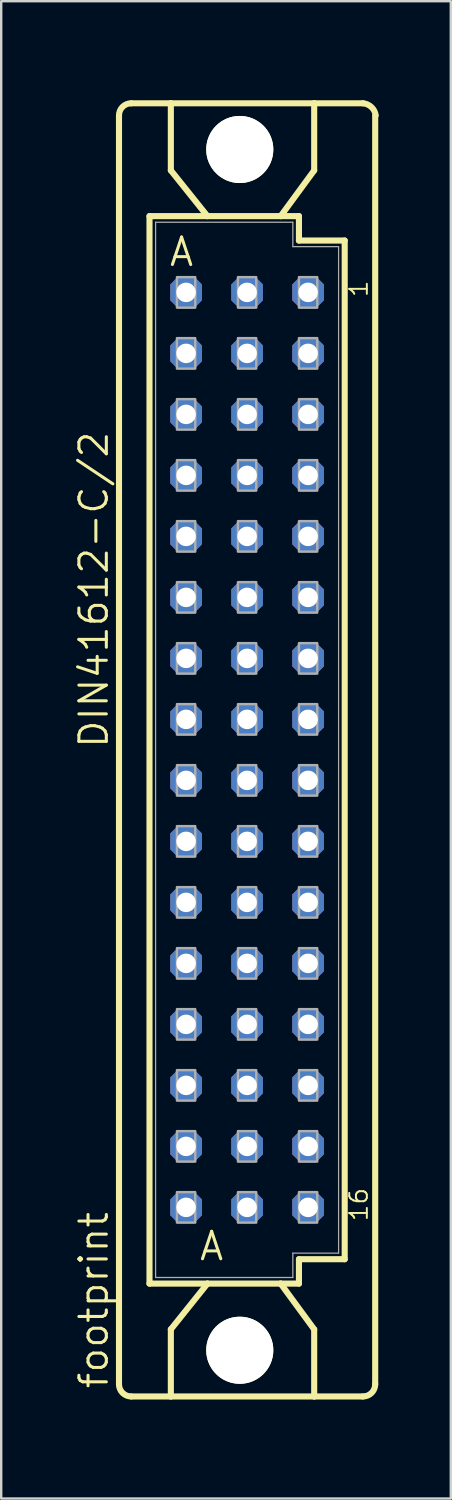
<source format=kicad_pcb>
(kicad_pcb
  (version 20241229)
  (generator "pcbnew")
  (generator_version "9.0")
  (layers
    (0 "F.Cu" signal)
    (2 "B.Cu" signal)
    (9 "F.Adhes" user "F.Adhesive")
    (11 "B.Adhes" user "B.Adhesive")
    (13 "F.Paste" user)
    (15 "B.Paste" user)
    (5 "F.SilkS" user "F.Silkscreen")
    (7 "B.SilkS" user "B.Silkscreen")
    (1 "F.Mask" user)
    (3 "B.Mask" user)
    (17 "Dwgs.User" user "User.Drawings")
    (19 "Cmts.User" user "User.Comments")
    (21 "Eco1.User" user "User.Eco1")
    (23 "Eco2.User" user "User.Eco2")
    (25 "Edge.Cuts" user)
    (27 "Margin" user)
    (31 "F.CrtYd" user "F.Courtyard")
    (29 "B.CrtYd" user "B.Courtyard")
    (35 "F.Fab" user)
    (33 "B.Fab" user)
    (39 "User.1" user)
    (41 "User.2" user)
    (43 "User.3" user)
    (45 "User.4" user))
  (footprint "footprint"
    (layer "F.Cu")
    (at 5.969 28.175)
    (property "Reference" "footprint" (at -4.445 26.67 90) (layer "F.SilkS") (effects (font (size 1.143 1.143) (thickness 0.127)) (justify left bottom)))
    (fp_line (start -4.064 26.416) (end -4.064 -26.416) (stroke (width 0.254) (type solid)) (layer "F.SilkS"))
    (fp_line (start -3.556 26.924) (end -1.905 26.924) (stroke (width 0.254) (type solid)) (layer "F.SilkS"))
    (fp_line (start -2.794 22.225) (end -2.794 -22.225) (stroke (width 0.254) (type solid)) (layer "F.SilkS"))
    (fp_line (start -1.905 -26.924) (end -3.556 -26.924) (stroke (width 0.254) (type solid)) (layer "F.SilkS"))
    (fp_line (start -1.905 -26.924) (end -1.905 -24.13) (stroke (width 0.254) (type solid)) (layer "F.SilkS"))
    (fp_line (start -1.905 26.924) (end -1.905 24.13) (stroke (width 0.254) (type solid)) (layer "F.SilkS"))
    (fp_line (start -1.905 26.924) (end 4.064 26.924) (stroke (width 0.254) (type solid)) (layer "F.SilkS"))
    (fp_line (start -0.381 -22.225) (end -2.794 -22.225) (stroke (width 0.254) (type solid)) (layer "F.SilkS"))
    (fp_line (start -0.381 -22.225) (end -1.905 -24.13) (stroke (width 0.254) (type solid)) (layer "F.SilkS"))
    (fp_line (start -0.381 -22.225) (end 2.667 -22.225) (stroke (width 0.254) (type solid)) (layer "F.SilkS"))
    (fp_line (start -0.381 22.225) (end -2.794 22.225) (stroke (width 0.254) (type solid)) (layer "F.SilkS"))
    (fp_line (start -0.381 22.225) (end -1.905 24.13) (stroke (width 0.254) (type solid)) (layer "F.SilkS"))
    (fp_line (start 2.667 -22.225) (end 3.429 -22.225) (stroke (width 0.254) (type solid)) (layer "F.SilkS"))
    (fp_line (start 2.667 -22.225) (end 4.064 -24.13) (stroke (width 0.254) (type solid)) (layer "F.SilkS"))
    (fp_line (start 2.667 22.225) (end -0.381 22.225) (stroke (width 0.254) (type solid)) (layer "F.SilkS"))
    (fp_line (start 2.667 22.225) (end 4.064 24.13) (stroke (width 0.254) (type solid)) (layer "F.SilkS"))
    (fp_line (start 3.429 -21.209) (end 3.429 -22.225) (stroke (width 0.254) (type solid)) (layer "F.SilkS"))
    (fp_line (start 3.429 21.209) (end 5.334 21.209) (stroke (width 0.254) (type solid)) (layer "F.SilkS"))
    (fp_line (start 3.429 22.225) (end 2.667 22.225) (stroke (width 0.254) (type solid)) (layer "F.SilkS"))
    (fp_line (start 3.429 22.225) (end 3.429 21.209) (stroke (width 0.254) (type solid)) (layer "F.SilkS"))
    (fp_line (start 4.064 -26.924) (end -1.905 -26.924) (stroke (width 0.254) (type solid)) (layer "F.SilkS"))
    (fp_line (start 4.064 -24.13) (end 4.064 -26.924) (stroke (width 0.254) (type solid)) (layer "F.SilkS"))
    (fp_line (start 4.064 26.924) (end 4.064 24.13) (stroke (width 0.254) (type solid)) (layer "F.SilkS"))
    (fp_line (start 4.064 26.924) (end 6.096 26.924) (stroke (width 0.254) (type solid)) (layer "F.SilkS"))
    (fp_line (start 5.334 -21.209) (end 3.429 -21.209) (stroke (width 0.254) (type solid)) (layer "F.SilkS"))
    (fp_line (start 5.334 21.209) (end 5.334 -21.209) (stroke (width 0.254) (type solid)) (layer "F.SilkS"))
    (fp_line (start 6.096 -26.924) (end 4.064 -26.924) (stroke (width 0.254) (type solid)) (layer "F.SilkS"))
    (fp_line (start 6.604 -26.416) (end 6.604 26.416) (stroke (width 0.254) (type solid)) (layer "F.SilkS"))
    (fp_arc (start -4.064 -26.416) (mid -3.91521 -26.77521) (end -3.556 -26.924) (stroke (width 0.254) (type solid)) (layer "F.SilkS"))
    (fp_arc (start -3.556 26.924) (mid -3.91521 26.77521) (end -4.064 26.416) (stroke (width 0.254) (type solid)) (layer "F.SilkS"))
    (fp_arc (start 6.096 -26.924) (mid 6.449437 -26.764314) (end 6.626 -26.418999) (stroke (width 0.254) (type solid)) (layer "F.SilkS"))
    (fp_arc (start 6.604 26.416) (mid 6.45521 26.77521) (end 6.096 26.924) (stroke (width 0.254) (type solid)) (layer "F.SilkS"))
    (fp_circle (center 0.965 -25) (end 2.235 -25) (stroke (width 0.254) (type solid)) (fill no) (layer "F.SilkS"))
    (fp_circle (center 0.965 25) (end 2.235 25) (stroke (width 0.254) (type solid)) (fill no) (layer "F.SilkS"))
    (fp_line (start -2.54 -21.971) (end -2.54 21.971) (stroke (width 0.051) (type solid)) (layer "F.Fab"))
    (fp_line (start 3.175 -21.971) (end -2.54 -21.971) (stroke (width 0.051) (type solid)) (layer "F.Fab"))
    (fp_line (start 3.175 -20.955) (end 3.175 -21.971) (stroke (width 0.051) (type solid)) (layer "F.Fab"))
    (fp_line (start 3.175 20.955) (end 3.175 21.971) (stroke (width 0.051) (type solid)) (layer "F.Fab"))
    (fp_line (start 3.175 20.955) (end 5.08 20.955) (stroke (width 0.051) (type solid)) (layer "F.Fab"))
    (fp_line (start 3.175 21.971) (end -2.54 21.971) (stroke (width 0.051) (type solid)) (layer "F.Fab"))
    (fp_line (start 5.08 -20.955) (end 3.175 -20.955) (stroke (width 0.051) (type solid)) (layer "F.Fab"))
    (fp_line (start 5.08 20.955) (end 5.08 -20.955) (stroke (width 0.051) (type solid)) (layer "F.Fab"))
    (fp_poly (pts (xy -1.651 -18.415) (xy -0.889 -18.415) (xy -0.889 -19.685) (xy -1.651 -19.685)) (stroke (width 0.1) (type solid)) (fill no) (layer "F.Fab"))
    (fp_poly (pts (xy -1.651 -15.875) (xy -0.889 -15.875) (xy -0.889 -17.145) (xy -1.651 -17.145)) (stroke (width 0.1) (type solid)) (fill no) (layer "F.Fab"))
    (fp_poly (pts (xy -1.651 -13.335) (xy -0.889 -13.335) (xy -0.889 -14.605) (xy -1.651 -14.605)) (stroke (width 0.1) (type solid)) (fill no) (layer "F.Fab"))
    (fp_poly (pts (xy -1.651 -10.795) (xy -0.889 -10.795) (xy -0.889 -12.065) (xy -1.651 -12.065)) (stroke (width 0.1) (type solid)) (fill no) (layer "F.Fab"))
    (fp_poly (pts (xy -1.651 -8.255) (xy -0.889 -8.255) (xy -0.889 -9.525) (xy -1.651 -9.525)) (stroke (width 0.1) (type solid)) (fill no) (layer "F.Fab"))
    (fp_poly (pts (xy -1.651 -5.715) (xy -0.889 -5.715) (xy -0.889 -6.985) (xy -1.651 -6.985)) (stroke (width 0.1) (type solid)) (fill no) (layer "F.Fab"))
    (fp_poly (pts (xy -1.651 -3.175) (xy -0.889 -3.175) (xy -0.889 -4.445) (xy -1.651 -4.445)) (stroke (width 0.1) (type solid)) (fill no) (layer "F.Fab"))
    (fp_poly (pts (xy -1.651 -0.635) (xy -0.889 -0.635) (xy -0.889 -1.905) (xy -1.651 -1.905)) (stroke (width 0.1) (type solid)) (fill no) (layer "F.Fab"))
    (fp_poly (pts (xy -1.651 1.905) (xy -0.889 1.905) (xy -0.889 0.635) (xy -1.651 0.635)) (stroke (width 0.1) (type solid)) (fill no) (layer "F.Fab"))
    (fp_poly (pts (xy -1.651 4.445) (xy -0.889 4.445) (xy -0.889 3.175) (xy -1.651 3.175)) (stroke (width 0.1) (type solid)) (fill no) (layer "F.Fab"))
    (fp_poly (pts (xy -1.651 6.985) (xy -0.889 6.985) (xy -0.889 5.715) (xy -1.651 5.715)) (stroke (width 0.1) (type solid)) (fill no) (layer "F.Fab"))
    (fp_poly (pts (xy -1.651 9.525) (xy -0.889 9.525) (xy -0.889 8.255) (xy -1.651 8.255)) (stroke (width 0.1) (type solid)) (fill no) (layer "F.Fab"))
    (fp_poly (pts (xy -1.651 12.065) (xy -0.889 12.065) (xy -0.889 10.795) (xy -1.651 10.795)) (stroke (width 0.1) (type solid)) (fill no) (layer "F.Fab"))
    (fp_poly (pts (xy -1.651 14.605) (xy -0.889 14.605) (xy -0.889 13.335) (xy -1.651 13.335)) (stroke (width 0.1) (type solid)) (fill no) (layer "F.Fab"))
    (fp_poly (pts (xy -1.651 17.145) (xy -0.889 17.145) (xy -0.889 15.875) (xy -1.651 15.875)) (stroke (width 0.1) (type solid)) (fill no) (layer "F.Fab"))
    (fp_poly (pts (xy -1.651 19.685) (xy -0.889 19.685) (xy -0.889 18.415) (xy -1.651 18.415)) (stroke (width 0.1) (type solid)) (fill no) (layer "F.Fab"))
    (fp_poly (pts (xy 0.889 -18.415) (xy 1.651 -18.415) (xy 1.651 -19.685) (xy 0.889 -19.685)) (stroke (width 0.1) (type solid)) (fill no) (layer "F.Fab"))
    (fp_poly (pts (xy 0.889 -15.875) (xy 1.651 -15.875) (xy 1.651 -17.145) (xy 0.889 -17.145)) (stroke (width 0.1) (type solid)) (fill no) (layer "F.Fab"))
    (fp_poly (pts (xy 0.889 -13.335) (xy 1.651 -13.335) (xy 1.651 -14.605) (xy 0.889 -14.605)) (stroke (width 0.1) (type solid)) (fill no) (layer "F.Fab"))
    (fp_poly (pts (xy 0.889 -10.795) (xy 1.651 -10.795) (xy 1.651 -12.065) (xy 0.889 -12.065)) (stroke (width 0.1) (type solid)) (fill no) (layer "F.Fab"))
    (fp_poly (pts (xy 0.889 -8.255) (xy 1.651 -8.255) (xy 1.651 -9.525) (xy 0.889 -9.525)) (stroke (width 0.1) (type solid)) (fill no) (layer "F.Fab"))
    (fp_poly (pts (xy 0.889 -5.715) (xy 1.651 -5.715) (xy 1.651 -6.985) (xy 0.889 -6.985)) (stroke (width 0.1) (type solid)) (fill no) (layer "F.Fab"))
    (fp_poly (pts (xy 0.889 -3.175) (xy 1.651 -3.175) (xy 1.651 -4.445) (xy 0.889 -4.445)) (stroke (width 0.1) (type solid)) (fill no) (layer "F.Fab"))
    (fp_poly (pts (xy 0.889 -0.635) (xy 1.651 -0.635) (xy 1.651 -1.905) (xy 0.889 -1.905)) (stroke (width 0.1) (type solid)) (fill no) (layer "F.Fab"))
    (fp_poly (pts (xy 0.889 1.905) (xy 1.651 1.905) (xy 1.651 0.635) (xy 0.889 0.635)) (stroke (width 0.1) (type solid)) (fill no) (layer "F.Fab"))
    (fp_poly (pts (xy 0.889 4.445) (xy 1.651 4.445) (xy 1.651 3.175) (xy 0.889 3.175)) (stroke (width 0.1) (type solid)) (fill no) (layer "F.Fab"))
    (fp_poly (pts (xy 0.889 6.985) (xy 1.651 6.985) (xy 1.651 5.715) (xy 0.889 5.715)) (stroke (width 0.1) (type solid)) (fill no) (layer "F.Fab"))
    (fp_poly (pts (xy 0.889 9.525) (xy 1.651 9.525) (xy 1.651 8.255) (xy 0.889 8.255)) (stroke (width 0.1) (type solid)) (fill no) (layer "F.Fab"))
    (fp_poly (pts (xy 0.889 12.065) (xy 1.651 12.065) (xy 1.651 10.795) (xy 0.889 10.795)) (stroke (width 0.1) (type solid)) (fill no) (layer "F.Fab"))
    (fp_poly (pts (xy 0.889 14.605) (xy 1.651 14.605) (xy 1.651 13.335) (xy 0.889 13.335)) (stroke (width 0.1) (type solid)) (fill no) (layer "F.Fab"))
    (fp_poly (pts (xy 0.889 17.145) (xy 1.651 17.145) (xy 1.651 15.875) (xy 0.889 15.875)) (stroke (width 0.1) (type solid)) (fill no) (layer "F.Fab"))
    (fp_poly (pts (xy 0.889 19.685) (xy 1.651 19.685) (xy 1.651 18.415) (xy 0.889 18.415)) (stroke (width 0.1) (type solid)) (fill no) (layer "F.Fab"))
    (fp_poly (pts (xy 3.429 -18.415) (xy 4.191 -18.415) (xy 4.191 -19.685) (xy 3.429 -19.685)) (stroke (width 0.1) (type solid)) (fill no) (layer "F.Fab"))
    (fp_poly (pts (xy 3.429 -15.875) (xy 4.191 -15.875) (xy 4.191 -17.145) (xy 3.429 -17.145)) (stroke (width 0.1) (type solid)) (fill no) (layer "F.Fab"))
    (fp_poly (pts (xy 3.429 -13.335) (xy 4.191 -13.335) (xy 4.191 -14.605) (xy 3.429 -14.605)) (stroke (width 0.1) (type solid)) (fill no) (layer "F.Fab"))
    (fp_poly (pts (xy 3.429 -10.795) (xy 4.191 -10.795) (xy 4.191 -12.065) (xy 3.429 -12.065)) (stroke (width 0.1) (type solid)) (fill no) (layer "F.Fab"))
    (fp_poly (pts (xy 3.429 -8.255) (xy 4.191 -8.255) (xy 4.191 -9.525) (xy 3.429 -9.525)) (stroke (width 0.1) (type solid)) (fill no) (layer "F.Fab"))
    (fp_poly (pts (xy 3.429 -5.715) (xy 4.191 -5.715) (xy 4.191 -6.985) (xy 3.429 -6.985)) (stroke (width 0.1) (type solid)) (fill no) (layer "F.Fab"))
    (fp_poly (pts (xy 3.429 -3.175) (xy 4.191 -3.175) (xy 4.191 -4.445) (xy 3.429 -4.445)) (stroke (width 0.1) (type solid)) (fill no) (layer "F.Fab"))
    (fp_poly (pts (xy 3.429 -0.635) (xy 4.191 -0.635) (xy 4.191 -1.905) (xy 3.429 -1.905)) (stroke (width 0.1) (type solid)) (fill no) (layer "F.Fab"))
    (fp_poly (pts (xy 3.429 1.905) (xy 4.191 1.905) (xy 4.191 0.635) (xy 3.429 0.635)) (stroke (width 0.1) (type solid)) (fill no) (layer "F.Fab"))
    (fp_poly (pts (xy 3.429 4.445) (xy 4.191 4.445) (xy 4.191 3.175) (xy 3.429 3.175)) (stroke (width 0.1) (type solid)) (fill no) (layer "F.Fab"))
    (fp_poly (pts (xy 3.429 6.985) (xy 4.191 6.985) (xy 4.191 5.715) (xy 3.429 5.715)) (stroke (width 0.1) (type solid)) (fill no) (layer "F.Fab"))
    (fp_poly (pts (xy 3.429 9.525) (xy 4.191 9.525) (xy 4.191 8.255) (xy 3.429 8.255)) (stroke (width 0.1) (type solid)) (fill no) (layer "F.Fab"))
    (fp_poly (pts (xy 3.429 12.065) (xy 4.191 12.065) (xy 4.191 10.795) (xy 3.429 10.795)) (stroke (width 0.1) (type solid)) (fill no) (layer "F.Fab"))
    (fp_poly (pts (xy 3.429 14.605) (xy 4.191 14.605) (xy 4.191 13.335) (xy 3.429 13.335)) (stroke (width 0.1) (type solid)) (fill no) (layer "F.Fab"))
    (fp_poly (pts (xy 3.429 17.145) (xy 4.191 17.145) (xy 4.191 15.875) (xy 3.429 15.875)) (stroke (width 0.1) (type solid)) (fill no) (layer "F.Fab"))
    (fp_poly (pts (xy 3.429 19.685) (xy 4.191 19.685) (xy 4.191 18.415) (xy 3.429 18.415)) (stroke (width 0.1) (type solid)) (fill no) (layer "F.Fab"))
    (fp_text user "A" (at -2.032 -20.066 0) (layer "F.SilkS") (effects (font (size 1.143 1.143) (thickness 0.127)) (justify left bottom)))
    (fp_text user "DIN41612-C/2" (at -4.445 0 90) (layer "F.SilkS") (effects (font (size 1.143 1.143) (thickness 0.127)) (justify left bottom)))
    (fp_text user "16" (at 6.35 19.685 90) (layer "F.SilkS") (effects (font (size 0.732 0.732) (thickness 0.081)) (justify left bottom)))
    (fp_text user "1" (at 6.35 -18.796 90) (layer "F.SilkS") (effects (font (size 0.732 0.732) (thickness 0.081)) (justify left bottom)))
    (fp_text user " A " (at -1.651 21.336 0) (layer "F.SilkS") (effects (font (size 1.143 1.143) (thickness 0.127)) (justify left bottom)))
    (pad "" np_thru_hole circle (at 0.965 -25) (size 2.794 2.794) (drill 2.794) (layers "*.Cu" "*.Mask"))
    (pad "" np_thru_hole circle (at 0.965 25) (size 2.794 2.794) (drill 2.794) (layers "*.Cu" "*.Mask"))
    (pad "A1" thru_hole roundrect (at -1.27 -19.05) (size 1.321 1.321) (drill 0.813) (layers "*.Cu" "*.Mask") (roundrect_rratio 0.25) (chamfer_ratio 0.25) (chamfer top_left top_right bottom_left bottom_right))
    (pad "A2" thru_hole roundrect (at -1.27 -16.51) (size 1.321 1.321) (drill 0.813) (layers "*.Cu" "*.Mask") (roundrect_rratio 0.25) (chamfer_ratio 0.25) (chamfer top_left top_right bottom_left bottom_right))
    (pad "A3" thru_hole roundrect (at -1.27 -13.97) (size 1.321 1.321) (drill 0.813) (layers "*.Cu" "*.Mask") (roundrect_rratio 0.25) (chamfer_ratio 0.25) (chamfer top_left top_right bottom_left bottom_right))
    (pad "A4" thru_hole roundrect (at -1.27 -11.43) (size 1.321 1.321) (drill 0.813) (layers "*.Cu" "*.Mask") (roundrect_rratio 0.25) (chamfer_ratio 0.25) (chamfer top_left top_right bottom_left bottom_right))
    (pad "A5" thru_hole roundrect (at -1.27 -8.89) (size 1.321 1.321) (drill 0.813) (layers "*.Cu" "*.Mask") (roundrect_rratio 0.25) (chamfer_ratio 0.25) (chamfer top_left top_right bottom_left bottom_right))
    (pad "A6" thru_hole roundrect (at -1.27 -6.35) (size 1.321 1.321) (drill 0.813) (layers "*.Cu" "*.Mask") (roundrect_rratio 0.25) (chamfer_ratio 0.25) (chamfer top_left top_right bottom_left bottom_right))
    (pad "A7" thru_hole roundrect (at -1.27 -3.81) (size 1.321 1.321) (drill 0.813) (layers "*.Cu" "*.Mask") (roundrect_rratio 0.25) (chamfer_ratio 0.25) (chamfer top_left top_right bottom_left bottom_right))
    (pad "A8" thru_hole roundrect (at -1.27 -1.27) (size 1.321 1.321) (drill 0.813) (layers "*.Cu" "*.Mask") (roundrect_rratio 0.25) (chamfer_ratio 0.25) (chamfer top_left top_right bottom_left bottom_right))
    (pad "A9" thru_hole roundrect (at -1.27 1.27) (size 1.321 1.321) (drill 0.813) (layers "*.Cu" "*.Mask") (roundrect_rratio 0.25) (chamfer_ratio 0.25) (chamfer top_left top_right bottom_left bottom_right))
    (pad "A10" thru_hole roundrect (at -1.27 3.81) (size 1.321 1.321) (drill 0.813) (layers "*.Cu" "*.Mask") (roundrect_rratio 0.25) (chamfer_ratio 0.25) (chamfer top_left top_right bottom_left bottom_right))
    (pad "A11" thru_hole roundrect (at -1.27 6.35) (size 1.321 1.321) (drill 0.813) (layers "*.Cu" "*.Mask") (roundrect_rratio 0.25) (chamfer_ratio 0.25) (chamfer top_left top_right bottom_left bottom_right))
    (pad "A12" thru_hole roundrect (at -1.27 8.89) (size 1.321 1.321) (drill 0.813) (layers "*.Cu" "*.Mask") (roundrect_rratio 0.25) (chamfer_ratio 0.25) (chamfer top_left top_right bottom_left bottom_right))
    (pad "A13" thru_hole roundrect (at -1.27 11.43) (size 1.321 1.321) (drill 0.813) (layers "*.Cu" "*.Mask") (roundrect_rratio 0.25) (chamfer_ratio 0.25) (chamfer top_left top_right bottom_left bottom_right))
    (pad "A14" thru_hole roundrect (at -1.27 13.97) (size 1.321 1.321) (drill 0.813) (layers "*.Cu" "*.Mask") (roundrect_rratio 0.25) (chamfer_ratio 0.25) (chamfer top_left top_right bottom_left bottom_right))
    (pad "A15" thru_hole roundrect (at -1.27 16.51) (size 1.321 1.321) (drill 0.813) (layers "*.Cu" "*.Mask") (roundrect_rratio 0.25) (chamfer_ratio 0.25) (chamfer top_left top_right bottom_left bottom_right))
    (pad "A16" thru_hole roundrect (at -1.27 19.05) (size 1.321 1.321) (drill 0.813) (layers "*.Cu" "*.Mask") (roundrect_rratio 0.25) (chamfer_ratio 0.25) (chamfer top_left top_right bottom_left bottom_right))
    (pad "B1" thru_hole roundrect (at 1.27 -19.05) (size 1.321 1.321) (drill 0.813) (layers "*.Cu" "*.Mask") (roundrect_rratio 0.25) (chamfer_ratio 0.25) (chamfer top_left top_right bottom_left bottom_right))
    (pad "B2" thru_hole roundrect (at 1.27 -16.51) (size 1.321 1.321) (drill 0.813) (layers "*.Cu" "*.Mask") (roundrect_rratio 0.25) (chamfer_ratio 0.25) (chamfer top_left top_right bottom_left bottom_right))
    (pad "B3" thru_hole roundrect (at 1.27 -13.97) (size 1.321 1.321) (drill 0.813) (layers "*.Cu" "*.Mask") (roundrect_rratio 0.25) (chamfer_ratio 0.25) (chamfer top_left top_right bottom_left bottom_right))
    (pad "B4" thru_hole roundrect (at 1.27 -11.43) (size 1.321 1.321) (drill 0.813) (layers "*.Cu" "*.Mask") (roundrect_rratio 0.25) (chamfer_ratio 0.25) (chamfer top_left top_right bottom_left bottom_right))
    (pad "B5" thru_hole roundrect (at 1.27 -8.89) (size 1.321 1.321) (drill 0.813) (layers "*.Cu" "*.Mask") (roundrect_rratio 0.25) (chamfer_ratio 0.25) (chamfer top_left top_right bottom_left bottom_right))
    (pad "B6" thru_hole roundrect (at 1.27 -6.35) (size 1.321 1.321) (drill 0.813) (layers "*.Cu" "*.Mask") (roundrect_rratio 0.25) (chamfer_ratio 0.25) (chamfer top_left top_right bottom_left bottom_right))
    (pad "B7" thru_hole roundrect (at 1.27 -3.81) (size 1.321 1.321) (drill 0.813) (layers "*.Cu" "*.Mask") (roundrect_rratio 0.25) (chamfer_ratio 0.25) (chamfer top_left top_right bottom_left bottom_right))
    (pad "B8" thru_hole roundrect (at 1.27 -1.27) (size 1.321 1.321) (drill 0.813) (layers "*.Cu" "*.Mask") (roundrect_rratio 0.25) (chamfer_ratio 0.25) (chamfer top_left top_right bottom_left bottom_right))
    (pad "B9" thru_hole roundrect (at 1.27 1.27) (size 1.321 1.321) (drill 0.813) (layers "*.Cu" "*.Mask") (roundrect_rratio 0.25) (chamfer_ratio 0.25) (chamfer top_left top_right bottom_left bottom_right))
    (pad "B10" thru_hole roundrect (at 1.27 3.81) (size 1.321 1.321) (drill 0.813) (layers "*.Cu" "*.Mask") (roundrect_rratio 0.25) (chamfer_ratio 0.25) (chamfer top_left top_right bottom_left bottom_right))
    (pad "B11" thru_hole roundrect (at 1.27 6.35) (size 1.321 1.321) (drill 0.813) (layers "*.Cu" "*.Mask") (roundrect_rratio 0.25) (chamfer_ratio 0.25) (chamfer top_left top_right bottom_left bottom_right))
    (pad "B12" thru_hole roundrect (at 1.27 8.89) (size 1.321 1.321) (drill 0.813) (layers "*.Cu" "*.Mask") (roundrect_rratio 0.25) (chamfer_ratio 0.25) (chamfer top_left top_right bottom_left bottom_right))
    (pad "B13" thru_hole roundrect (at 1.27 11.43) (size 1.321 1.321) (drill 0.813) (layers "*.Cu" "*.Mask") (roundrect_rratio 0.25) (chamfer_ratio 0.25) (chamfer top_left top_right bottom_left bottom_right))
    (pad "B14" thru_hole roundrect (at 1.27 13.97) (size 1.321 1.321) (drill 0.813) (layers "*.Cu" "*.Mask") (roundrect_rratio 0.25) (chamfer_ratio 0.25) (chamfer top_left top_right bottom_left bottom_right))
    (pad "B15" thru_hole roundrect (at 1.27 16.51) (size 1.321 1.321) (drill 0.813) (layers "*.Cu" "*.Mask") (roundrect_rratio 0.25) (chamfer_ratio 0.25) (chamfer top_left top_right bottom_left bottom_right))
    (pad "B16" thru_hole roundrect (at 1.27 19.05) (size 1.321 1.321) (drill 0.813) (layers "*.Cu" "*.Mask") (roundrect_rratio 0.25) (chamfer_ratio 0.25) (chamfer top_left top_right bottom_left bottom_right))
    (pad "C1" thru_hole roundrect (at 3.81 -19.05) (size 1.321 1.321) (drill 0.813) (layers "*.Cu" "*.Mask") (roundrect_rratio 0.25) (chamfer_ratio 0.25) (chamfer top_left top_right bottom_left bottom_right))
    (pad "C2" thru_hole roundrect (at 3.81 -16.51) (size 1.321 1.321) (drill 0.813) (layers "*.Cu" "*.Mask") (roundrect_rratio 0.25) (chamfer_ratio 0.25) (chamfer top_left top_right bottom_left bottom_right))
    (pad "C3" thru_hole roundrect (at 3.81 -13.97) (size 1.321 1.321) (drill 0.813) (layers "*.Cu" "*.Mask") (roundrect_rratio 0.25) (chamfer_ratio 0.25) (chamfer top_left top_right bottom_left bottom_right))
    (pad "C4" thru_hole roundrect (at 3.81 -11.43) (size 1.321 1.321) (drill 0.813) (layers "*.Cu" "*.Mask") (roundrect_rratio 0.25) (chamfer_ratio 0.25) (chamfer top_left top_right bottom_left bottom_right))
    (pad "C5" thru_hole roundrect (at 3.81 -8.89) (size 1.321 1.321) (drill 0.813) (layers "*.Cu" "*.Mask") (roundrect_rratio 0.25) (chamfer_ratio 0.25) (chamfer top_left top_right bottom_left bottom_right))
    (pad "C6" thru_hole roundrect (at 3.81 -6.35) (size 1.321 1.321) (drill 0.813) (layers "*.Cu" "*.Mask") (roundrect_rratio 0.25) (chamfer_ratio 0.25) (chamfer top_left top_right bottom_left bottom_right))
    (pad "C7" thru_hole roundrect (at 3.81 -3.81) (size 1.321 1.321) (drill 0.813) (layers "*.Cu" "*.Mask") (roundrect_rratio 0.25) (chamfer_ratio 0.25) (chamfer top_left top_right bottom_left bottom_right))
    (pad "C8" thru_hole roundrect (at 3.81 -1.27) (size 1.321 1.321) (drill 0.813) (layers "*.Cu" "*.Mask") (roundrect_rratio 0.25) (chamfer_ratio 0.25) (chamfer top_left top_right bottom_left bottom_right))
    (pad "C9" thru_hole roundrect (at 3.81 1.27) (size 1.321 1.321) (drill 0.813) (layers "*.Cu" "*.Mask") (roundrect_rratio 0.25) (chamfer_ratio 0.25) (chamfer top_left top_right bottom_left bottom_right))
    (pad "C10" thru_hole roundrect (at 3.81 3.81) (size 1.321 1.321) (drill 0.813) (layers "*.Cu" "*.Mask") (roundrect_rratio 0.25) (chamfer_ratio 0.25) (chamfer top_left top_right bottom_left bottom_right))
    (pad "C11" thru_hole roundrect (at 3.81 6.35) (size 1.321 1.321) (drill 0.813) (layers "*.Cu" "*.Mask") (roundrect_rratio 0.25) (chamfer_ratio 0.25) (chamfer top_left top_right bottom_left bottom_right))
    (pad "C12" thru_hole roundrect (at 3.81 8.89) (size 1.321 1.321) (drill 0.813) (layers "*.Cu" "*.Mask") (roundrect_rratio 0.25) (chamfer_ratio 0.25) (chamfer top_left top_right bottom_left bottom_right))
    (pad "C13" thru_hole roundrect (at 3.81 11.43) (size 1.321 1.321) (drill 0.813) (layers "*.Cu" "*.Mask") (roundrect_rratio 0.25) (chamfer_ratio 0.25) (chamfer top_left top_right bottom_left bottom_right))
    (pad "C14" thru_hole roundrect (at 3.81 13.97) (size 1.321 1.321) (drill 0.813) (layers "*.Cu" "*.Mask") (roundrect_rratio 0.25) (chamfer_ratio 0.25) (chamfer top_left top_right bottom_left bottom_right))
    (pad "C15" thru_hole roundrect (at 3.81 16.51) (size 1.321 1.321) (drill 0.813) (layers "*.Cu" "*.Mask") (roundrect_rratio 0.25) (chamfer_ratio 0.25) (chamfer top_left top_right bottom_left bottom_right))
    (pad "C16" thru_hole roundrect (at 3.81 19.05) (size 1.321 1.321) (drill 0.813) (layers "*.Cu" "*.Mask") (roundrect_rratio 0.25) (chamfer_ratio 0.25) (chamfer top_left top_right bottom_left bottom_right))
    (zone (net_name "") (layers "F.Cu" "B.Cu") (hatch edge 0.508) (connect_pads) (min_thickness 0.254) (filled_areas_thickness no) (keepout (tracks allowed) (vias not_allowed) (pads allowed) (copperpour allowed) (footprints allowed)) (placement (enabled no)) (fill) (polygon (pts (xy 10.109 3.175) (xy 10.061 2.624) (xy 9.918 2.089) (xy 9.684 1.587) (xy 9.366 1.134) (xy 8.975 0.743) (xy 8.522 0.425) (xy 8.02 0.191) (xy 7.486 0.048) (xy 6.934 0) (xy 6.383 0.048) (xy 5.848 0.191) (xy 5.347 0.425) (xy 4.893 0.743) (xy 4.502 1.134) (xy 4.185 1.587) (xy 3.951 2.089) (xy 3.807 2.624) (xy 3.759 3.175) (xy 3.807 3.726) (xy 3.951 4.261) (xy 4.185 4.763) (xy 4.502 5.216) (xy 4.893 5.607) (xy 5.347 5.925) (xy 5.848 6.159) (xy 6.383 6.302) (xy 6.934 6.35) (xy 7.486 6.302) (xy 8.02 6.159) (xy 8.522 5.925) (xy 8.975 5.607) (xy 9.366 5.216) (xy 9.684 4.763) (xy 9.918 4.261) (xy 10.061 3.726))) (polygon (pts (xy 8.331 3.175) (xy 8.31 2.932) (xy 8.247 2.697) (xy 8.144 2.477) (xy 8.004 2.277) (xy 7.832 2.105) (xy 7.633 1.965) (xy 7.412 1.862) (xy 7.177 1.799) (xy 6.934 1.778) (xy 6.692 1.799) (xy 6.456 1.862) (xy 6.236 1.965) (xy 6.036 2.105) (xy 5.864 2.277) (xy 5.724 2.477) (xy 5.621 2.697) (xy 5.558 2.932) (xy 5.537 3.175) (xy 5.558 3.418) (xy 5.621 3.653) (xy 5.724 3.873) (xy 5.864 4.073) (xy 6.036 4.245) (xy 6.236 4.385) (xy 6.456 4.488) (xy 6.692 4.551) (xy 6.934 4.572) (xy 7.177 4.551) (xy 7.412 4.488) (xy 7.633 4.385) (xy 7.832 4.245) (xy 8.004 4.073) (xy 8.144 3.873) (xy 8.247 3.653) (xy 8.31 3.418))))
    (zone (net_name "") (layers "F.Cu" "B.Cu") (hatch edge 0.508) (connect_pads) (min_thickness 0.254) (filled_areas_thickness no) (keepout (tracks allowed) (vias not_allowed) (pads allowed) (copperpour allowed) (footprints allowed)) (placement (enabled no)) (fill) (polygon (pts (xy 10.109 53.175) (xy 10.061 52.624) (xy 9.918 52.089) (xy 9.684 51.587) (xy 9.366 51.134) (xy 8.975 50.743) (xy 8.522 50.425) (xy 8.02 50.191) (xy 7.486 50.048) (xy 6.934 50) (xy 6.383 50.048) (xy 5.848 50.191) (xy 5.347 50.425) (xy 4.893 50.743) (xy 4.502 51.134) (xy 4.185 51.587) (xy 3.951 52.089) (xy 3.807 52.624) (xy 3.759 53.175) (xy 3.807 53.726) (xy 3.951 54.261) (xy 4.185 54.763) (xy 4.502 55.216) (xy 4.893 55.607) (xy 5.347 55.925) (xy 5.848 56.159) (xy 6.383 56.302) (xy 6.934 56.35) (xy 7.486 56.302) (xy 8.02 56.159) (xy 8.522 55.925) (xy 8.975 55.607) (xy 9.366 55.216) (xy 9.684 54.763) (xy 9.918 54.261) (xy 10.061 53.726))) (polygon (pts (xy 8.331 53.175) (xy 8.31 52.932) (xy 8.247 52.697) (xy 8.144 52.477) (xy 8.004 52.277) (xy 7.832 52.105) (xy 7.633 51.965) (xy 7.412 51.862) (xy 7.177 51.799) (xy 6.934 51.778) (xy 6.692 51.799) (xy 6.456 51.862) (xy 6.236 51.965) (xy 6.036 52.105) (xy 5.864 52.277) (xy 5.724 52.477) (xy 5.621 52.697) (xy 5.558 52.932) (xy 5.537 53.175) (xy 5.558 53.418) (xy 5.621 53.653) (xy 5.724 53.873) (xy 5.864 54.073) (xy 6.036 54.245) (xy 6.236 54.385) (xy 6.456 54.488) (xy 6.692 54.551) (xy 6.934 54.572) (xy 7.177 54.551) (xy 7.412 54.488) (xy 7.633 54.385) (xy 7.832 54.245) (xy 8.004 54.073) (xy 8.144 53.873) (xy 8.247 53.653) (xy 8.31 53.418))))
    (zone (net_name "") (layer "B.Cu") (hatch edge 0.508) (connect_pads) (min_thickness 0.254) (filled_areas_thickness no) (keepout (tracks not_allowed) (vias not_allowed) (pads not_allowed) (copperpour not_allowed) (footprints allowed)) (placement (enabled no)) (fill) (polygon (pts (xy 10.109 3.175) (xy 10.061 2.624) (xy 9.918 2.089) (xy 9.684 1.587) (xy 9.366 1.134) (xy 8.975 0.743) (xy 8.522 0.425) (xy 8.02 0.191) (xy 7.486 0.048) (xy 6.934 0) (xy 6.383 0.048) (xy 5.848 0.191) (xy 5.347 0.425) (xy 4.893 0.743) (xy 4.502 1.134) (xy 4.185 1.587) (xy 3.951 2.089) (xy 3.807 2.624) (xy 3.759 3.175) (xy 3.807 3.726) (xy 3.951 4.261) (xy 4.185 4.763) (xy 4.502 5.216) (xy 4.893 5.607) (xy 5.347 5.925) (xy 5.848 6.159) (xy 6.383 6.302) (xy 6.934 6.35) (xy 7.486 6.302) (xy 8.02 6.159) (xy 8.522 5.925) (xy 8.975 5.607) (xy 9.366 5.216) (xy 9.684 4.763) (xy 9.918 4.261) (xy 10.061 3.726))) (polygon (pts (xy 8.331 3.175) (xy 8.31 2.932) (xy 8.247 2.697) (xy 8.144 2.477) (xy 8.004 2.277) (xy 7.832 2.105) (xy 7.633 1.965) (xy 7.412 1.862) (xy 7.177 1.799) (xy 6.934 1.778) (xy 6.692 1.799) (xy 6.456 1.862) (xy 6.236 1.965) (xy 6.036 2.105) (xy 5.864 2.277) (xy 5.724 2.477) (xy 5.621 2.697) (xy 5.558 2.932) (xy 5.537 3.175) (xy 5.558 3.418) (xy 5.621 3.653) (xy 5.724 3.873) (xy 5.864 4.073) (xy 6.036 4.245) (xy 6.236 4.385) (xy 6.456 4.488) (xy 6.692 4.551) (xy 6.934 4.572) (xy 7.177 4.551) (xy 7.412 4.488) (xy 7.633 4.385) (xy 7.832 4.245) (xy 8.004 4.073) (xy 8.144 3.873) (xy 8.247 3.653) (xy 8.31 3.418))))
    (zone (net_name "") (layer "B.Cu") (hatch edge 0.508) (connect_pads) (min_thickness 0.254) (filled_areas_thickness no) (keepout (tracks not_allowed) (vias not_allowed) (pads not_allowed) (copperpour not_allowed) (footprints allowed)) (placement (enabled no)) (fill) (polygon (pts (xy 10.109 53.175) (xy 10.061 52.624) (xy 9.918 52.089) (xy 9.684 51.587) (xy 9.366 51.134) (xy 8.975 50.743) (xy 8.522 50.425) (xy 8.02 50.191) (xy 7.486 50.048) (xy 6.934 50) (xy 6.383 50.048) (xy 5.848 50.191) (xy 5.347 50.425) (xy 4.893 50.743) (xy 4.502 51.134) (xy 4.185 51.587) (xy 3.951 52.089) (xy 3.807 52.624) (xy 3.759 53.175) (xy 3.807 53.726) (xy 3.951 54.261) (xy 4.185 54.763) (xy 4.502 55.216) (xy 4.893 55.607) (xy 5.347 55.925) (xy 5.848 56.159) (xy 6.383 56.302) (xy 6.934 56.35) (xy 7.486 56.302) (xy 8.02 56.159) (xy 8.522 55.925) (xy 8.975 55.607) (xy 9.366 55.216) (xy 9.684 54.763) (xy 9.918 54.261) (xy 10.061 53.726))) (polygon (pts (xy 8.331 53.175) (xy 8.31 52.932) (xy 8.247 52.697) (xy 8.144 52.477) (xy 8.004 52.277) (xy 7.832 52.105) (xy 7.633 51.965) (xy 7.412 51.862) (xy 7.177 51.799) (xy 6.934 51.778) (xy 6.692 51.799) (xy 6.456 51.862) (xy 6.236 51.965) (xy 6.036 52.105) (xy 5.864 52.277) (xy 5.724 52.477) (xy 5.621 52.697) (xy 5.558 52.932) (xy 5.537 53.175) (xy 5.558 53.418) (xy 5.621 53.653) (xy 5.724 53.873) (xy 5.864 54.073) (xy 6.036 54.245) (xy 6.236 54.385) (xy 6.456 54.488) (xy 6.692 54.551) (xy 6.934 54.572) (xy 7.177 54.551) (xy 7.412 54.488) (xy 7.633 54.385) (xy 7.832 54.245) (xy 8.004 54.073) (xy 8.144 53.873) (xy 8.247 53.653) (xy 8.31 53.418)))))
  (gr_rect
    (start -3 -3)
    (end 15.722 59.35)
    (stroke (width 0.1) (type default))
    (fill no)
    (layer "Edge.Cuts")))
</source>
